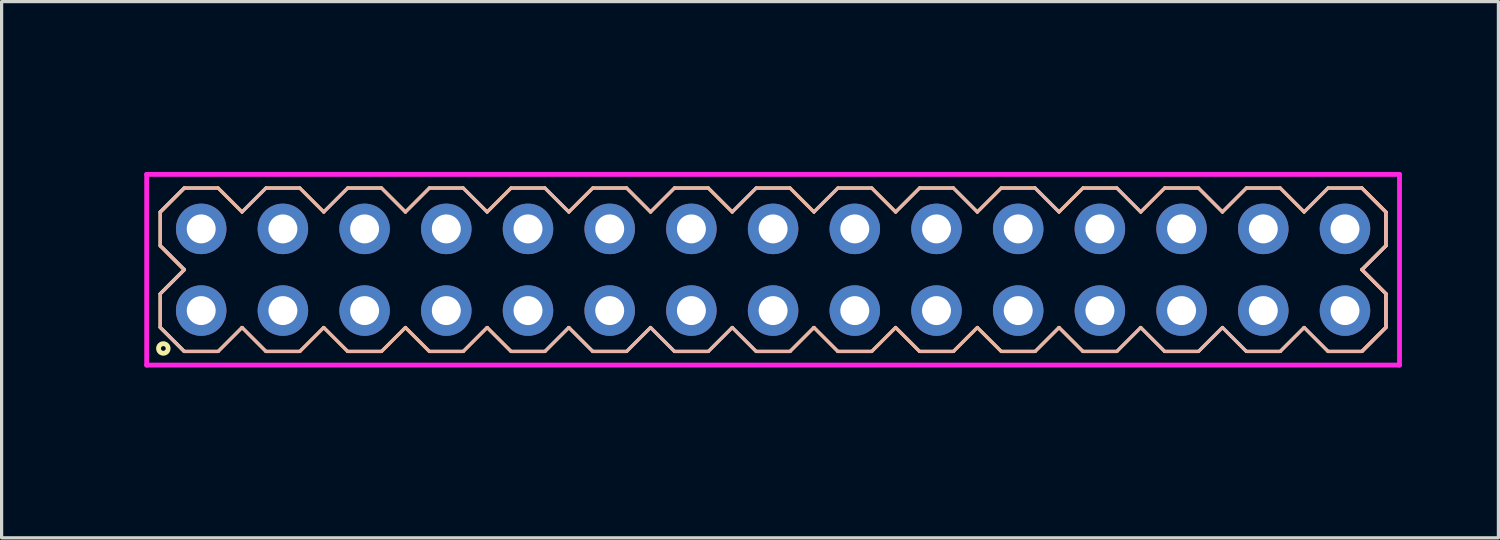
<source format=kicad_pcb>
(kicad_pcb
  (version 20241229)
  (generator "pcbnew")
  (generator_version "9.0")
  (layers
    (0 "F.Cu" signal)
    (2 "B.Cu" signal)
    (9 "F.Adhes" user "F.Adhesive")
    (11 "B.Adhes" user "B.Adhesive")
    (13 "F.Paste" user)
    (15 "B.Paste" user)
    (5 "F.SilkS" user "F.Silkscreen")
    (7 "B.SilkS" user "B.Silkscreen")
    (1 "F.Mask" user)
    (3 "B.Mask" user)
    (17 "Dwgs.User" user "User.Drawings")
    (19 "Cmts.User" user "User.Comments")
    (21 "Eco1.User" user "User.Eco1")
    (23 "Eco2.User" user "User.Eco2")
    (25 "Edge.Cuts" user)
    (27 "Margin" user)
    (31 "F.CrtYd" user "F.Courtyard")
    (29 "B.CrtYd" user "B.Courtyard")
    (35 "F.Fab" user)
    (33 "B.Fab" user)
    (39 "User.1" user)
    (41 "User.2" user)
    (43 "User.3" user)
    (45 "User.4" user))
  (footprint "HDR254P15x2"
    (layer "F.Cu")
    (at 20.985 5.336)
    (property "Reference" "HDR254P15x2" (at -20.225 0 90) (layer "User.1") (effects (font (size 1 1) (thickness 0.1))))
    (attr through_hole)
    (fp_line (start -19.05 -1.796) (end -18.306 -2.54) (stroke (width 0.1) (type solid)) (layer "F.SilkS"))
    (fp_line (start -19.05 -1.796) (end -18.306 -2.54) (stroke (width 0.1) (type solid)) (layer "F.SilkS"))
    (fp_line (start -19.05 -0.744) (end -19.05 -1.796) (stroke (width 0.1) (type solid)) (layer "F.SilkS"))
    (fp_line (start -19.05 -0.744) (end -19.05 -1.796) (stroke (width 0.1) (type solid)) (layer "F.SilkS"))
    (fp_line (start -19.05 0.744) (end -18.306 0) (stroke (width 0.1) (type solid)) (layer "F.SilkS"))
    (fp_line (start -19.05 0.744) (end -18.306 0) (stroke (width 0.1) (type solid)) (layer "F.SilkS"))
    (fp_line (start -19.05 1.796) (end -19.05 0.744) (stroke (width 0.1) (type solid)) (layer "F.SilkS"))
    (fp_line (start -19.05 1.796) (end -19.05 0.744) (stroke (width 0.1) (type solid)) (layer "F.SilkS"))
    (fp_line (start -18.306 -2.54) (end -17.254 -2.54) (stroke (width 0.1) (type solid)) (layer "F.SilkS"))
    (fp_line (start -18.306 0) (end -19.05 -0.744) (stroke (width 0.1) (type solid)) (layer "F.SilkS"))
    (fp_line (start -18.306 0) (end -19.05 -0.744) (stroke (width 0.1) (type solid)) (layer "F.SilkS"))
    (fp_line (start -18.306 2.54) (end -19.05 1.796) (stroke (width 0.1) (type solid)) (layer "F.SilkS"))
    (fp_line (start -18.306 2.54) (end -19.05 1.796) (stroke (width 0.1) (type solid)) (layer "F.SilkS"))
    (fp_line (start -17.254 -2.54) (end -16.51 -1.796) (stroke (width 0.1) (type solid)) (layer "F.SilkS"))
    (fp_line (start -17.254 2.54) (end -18.306 2.54) (stroke (width 0.1) (type solid)) (layer "F.SilkS"))
    (fp_line (start -16.51 -1.796) (end -15.766 -2.54) (stroke (width 0.1) (type solid)) (layer "F.SilkS"))
    (fp_line (start -16.51 1.796) (end -17.254 2.54) (stroke (width 0.1) (type solid)) (layer "F.SilkS"))
    (fp_line (start -15.766 -2.54) (end -14.714 -2.54) (stroke (width 0.1) (type solid)) (layer "F.SilkS"))
    (fp_line (start -15.766 2.54) (end -16.51 1.796) (stroke (width 0.1) (type solid)) (layer "F.SilkS"))
    (fp_line (start -14.714 -2.54) (end -13.97 -1.796) (stroke (width 0.1) (type solid)) (layer "F.SilkS"))
    (fp_line (start -14.714 2.54) (end -15.766 2.54) (stroke (width 0.1) (type solid)) (layer "F.SilkS"))
    (fp_line (start -13.97 -1.796) (end -13.226 -2.54) (stroke (width 0.1) (type solid)) (layer "F.SilkS"))
    (fp_line (start -13.97 1.796) (end -14.714 2.54) (stroke (width 0.1) (type solid)) (layer "F.SilkS"))
    (fp_line (start -13.226 -2.54) (end -12.174 -2.54) (stroke (width 0.1) (type solid)) (layer "F.SilkS"))
    (fp_line (start -13.226 2.54) (end -13.97 1.796) (stroke (width 0.1) (type solid)) (layer "F.SilkS"))
    (fp_line (start -12.174 -2.54) (end -11.43 -1.796) (stroke (width 0.1) (type solid)) (layer "F.SilkS"))
    (fp_line (start -12.174 2.54) (end -13.226 2.54) (stroke (width 0.1) (type solid)) (layer "F.SilkS"))
    (fp_line (start -11.43 -1.796) (end -10.686 -2.54) (stroke (width 0.1) (type solid)) (layer "F.SilkS"))
    (fp_line (start -11.43 1.796) (end -12.174 2.54) (stroke (width 0.1) (type solid)) (layer "F.SilkS"))
    (fp_line (start -10.686 -2.54) (end -9.634 -2.54) (stroke (width 0.1) (type solid)) (layer "F.SilkS"))
    (fp_line (start -10.686 2.54) (end -11.43 1.796) (stroke (width 0.1) (type solid)) (layer "F.SilkS"))
    (fp_line (start -9.634 -2.54) (end -8.89 -1.796) (stroke (width 0.1) (type solid)) (layer "F.SilkS"))
    (fp_line (start -9.634 2.54) (end -10.686 2.54) (stroke (width 0.1) (type solid)) (layer "F.SilkS"))
    (fp_line (start -8.89 -1.796) (end -8.146 -2.54) (stroke (width 0.1) (type solid)) (layer "F.SilkS"))
    (fp_line (start -8.89 1.796) (end -9.634 2.54) (stroke (width 0.1) (type solid)) (layer "F.SilkS"))
    (fp_line (start -8.146 -2.54) (end -7.094 -2.54) (stroke (width 0.1) (type solid)) (layer "F.SilkS"))
    (fp_line (start -8.146 2.54) (end -8.89 1.796) (stroke (width 0.1) (type solid)) (layer "F.SilkS"))
    (fp_line (start -7.094 -2.54) (end -6.35 -1.796) (stroke (width 0.1) (type solid)) (layer "F.SilkS"))
    (fp_line (start -7.094 2.54) (end -8.146 2.54) (stroke (width 0.1) (type solid)) (layer "F.SilkS"))
    (fp_line (start -6.35 -1.796) (end -5.606 -2.54) (stroke (width 0.1) (type solid)) (layer "F.SilkS"))
    (fp_line (start -6.35 1.796) (end -7.094 2.54) (stroke (width 0.1) (type solid)) (layer "F.SilkS"))
    (fp_line (start -5.606 -2.54) (end -4.554 -2.54) (stroke (width 0.1) (type solid)) (layer "F.SilkS"))
    (fp_line (start -5.606 2.54) (end -6.35 1.796) (stroke (width 0.1) (type solid)) (layer "F.SilkS"))
    (fp_line (start -4.554 -2.54) (end -3.81 -1.796) (stroke (width 0.1) (type solid)) (layer "F.SilkS"))
    (fp_line (start -4.554 2.54) (end -5.606 2.54) (stroke (width 0.1) (type solid)) (layer "F.SilkS"))
    (fp_line (start -3.81 -1.796) (end -3.066 -2.54) (stroke (width 0.1) (type solid)) (layer "F.SilkS"))
    (fp_line (start -3.81 1.796) (end -4.554 2.54) (stroke (width 0.1) (type solid)) (layer "F.SilkS"))
    (fp_line (start -3.066 -2.54) (end -2.014 -2.54) (stroke (width 0.1) (type solid)) (layer "F.SilkS"))
    (fp_line (start -3.066 2.54) (end -3.81 1.796) (stroke (width 0.1) (type solid)) (layer "F.SilkS"))
    (fp_line (start -2.014 -2.54) (end -1.27 -1.796) (stroke (width 0.1) (type solid)) (layer "F.SilkS"))
    (fp_line (start -2.014 2.54) (end -3.066 2.54) (stroke (width 0.1) (type solid)) (layer "F.SilkS"))
    (fp_line (start -1.27 -1.796) (end -0.526 -2.54) (stroke (width 0.1) (type solid)) (layer "F.SilkS"))
    (fp_line (start -1.27 1.796) (end -2.014 2.54) (stroke (width 0.1) (type solid)) (layer "F.SilkS"))
    (fp_line (start -0.526 -2.54) (end 0.526 -2.54) (stroke (width 0.1) (type solid)) (layer "F.SilkS"))
    (fp_line (start -0.526 2.54) (end -1.27 1.796) (stroke (width 0.1) (type solid)) (layer "F.SilkS"))
    (fp_line (start 0.526 -2.54) (end 1.27 -1.796) (stroke (width 0.1) (type solid)) (layer "F.SilkS"))
    (fp_line (start 0.526 2.54) (end -0.526 2.54) (stroke (width 0.1) (type solid)) (layer "F.SilkS"))
    (fp_line (start 1.27 -1.796) (end 2.014 -2.54) (stroke (width 0.1) (type solid)) (layer "F.SilkS"))
    (fp_line (start 1.27 1.796) (end 0.526 2.54) (stroke (width 0.1) (type solid)) (layer "F.SilkS"))
    (fp_line (start 2.014 -2.54) (end 3.066 -2.54) (stroke (width 0.1) (type solid)) (layer "F.SilkS"))
    (fp_line (start 2.014 2.54) (end 1.27 1.796) (stroke (width 0.1) (type solid)) (layer "F.SilkS"))
    (fp_line (start 3.066 -2.54) (end 3.81 -1.796) (stroke (width 0.1) (type solid)) (layer "F.SilkS"))
    (fp_line (start 3.066 2.54) (end 2.014 2.54) (stroke (width 0.1) (type solid)) (layer "F.SilkS"))
    (fp_line (start 3.81 -1.796) (end 4.554 -2.54) (stroke (width 0.1) (type solid)) (layer "F.SilkS"))
    (fp_line (start 3.81 1.796) (end 3.066 2.54) (stroke (width 0.1) (type solid)) (layer "F.SilkS"))
    (fp_line (start 4.554 -2.54) (end 5.606 -2.54) (stroke (width 0.1) (type solid)) (layer "F.SilkS"))
    (fp_line (start 4.554 2.54) (end 3.81 1.796) (stroke (width 0.1) (type solid)) (layer "F.SilkS"))
    (fp_line (start 5.606 -2.54) (end 6.35 -1.796) (stroke (width 0.1) (type solid)) (layer "F.SilkS"))
    (fp_line (start 5.606 2.54) (end 4.554 2.54) (stroke (width 0.1) (type solid)) (layer "F.SilkS"))
    (fp_line (start 6.35 -1.796) (end 7.094 -2.54) (stroke (width 0.1) (type solid)) (layer "F.SilkS"))
    (fp_line (start 6.35 1.796) (end 5.606 2.54) (stroke (width 0.1) (type solid)) (layer "F.SilkS"))
    (fp_line (start 7.094 -2.54) (end 8.146 -2.54) (stroke (width 0.1) (type solid)) (layer "F.SilkS"))
    (fp_line (start 7.094 2.54) (end 6.35 1.796) (stroke (width 0.1) (type solid)) (layer "F.SilkS"))
    (fp_line (start 8.146 -2.54) (end 8.89 -1.796) (stroke (width 0.1) (type solid)) (layer "F.SilkS"))
    (fp_line (start 8.146 2.54) (end 7.094 2.54) (stroke (width 0.1) (type solid)) (layer "F.SilkS"))
    (fp_line (start 8.89 -1.796) (end 9.634 -2.54) (stroke (width 0.1) (type solid)) (layer "F.SilkS"))
    (fp_line (start 8.89 1.796) (end 8.146 2.54) (stroke (width 0.1) (type solid)) (layer "F.SilkS"))
    (fp_line (start 9.634 -2.54) (end 10.686 -2.54) (stroke (width 0.1) (type solid)) (layer "F.SilkS"))
    (fp_line (start 9.634 2.54) (end 8.89 1.796) (stroke (width 0.1) (type solid)) (layer "F.SilkS"))
    (fp_line (start 10.686 -2.54) (end 11.43 -1.796) (stroke (width 0.1) (type solid)) (layer "F.SilkS"))
    (fp_line (start 10.686 2.54) (end 9.634 2.54) (stroke (width 0.1) (type solid)) (layer "F.SilkS"))
    (fp_line (start 11.43 -1.796) (end 12.174 -2.54) (stroke (width 0.1) (type solid)) (layer "F.SilkS"))
    (fp_line (start 11.43 1.796) (end 10.686 2.54) (stroke (width 0.1) (type solid)) (layer "F.SilkS"))
    (fp_line (start 12.174 -2.54) (end 13.226 -2.54) (stroke (width 0.1) (type solid)) (layer "F.SilkS"))
    (fp_line (start 12.174 2.54) (end 11.43 1.796) (stroke (width 0.1) (type solid)) (layer "F.SilkS"))
    (fp_line (start 13.226 -2.54) (end 13.97 -1.796) (stroke (width 0.1) (type solid)) (layer "F.SilkS"))
    (fp_line (start 13.226 2.54) (end 12.174 2.54) (stroke (width 0.1) (type solid)) (layer "F.SilkS"))
    (fp_line (start 13.97 -1.796) (end 14.714 -2.54) (stroke (width 0.1) (type solid)) (layer "F.SilkS"))
    (fp_line (start 13.97 1.796) (end 13.226 2.54) (stroke (width 0.1) (type solid)) (layer "F.SilkS"))
    (fp_line (start 14.714 -2.54) (end 15.766 -2.54) (stroke (width 0.1) (type solid)) (layer "F.SilkS"))
    (fp_line (start 14.714 2.54) (end 13.97 1.796) (stroke (width 0.1) (type solid)) (layer "F.SilkS"))
    (fp_line (start 15.766 -2.54) (end 16.51 -1.796) (stroke (width 0.1) (type solid)) (layer "F.SilkS"))
    (fp_line (start 15.766 2.54) (end 14.714 2.54) (stroke (width 0.1) (type solid)) (layer "F.SilkS"))
    (fp_line (start 16.51 -1.796) (end 17.254 -2.54) (stroke (width 0.1) (type solid)) (layer "F.SilkS"))
    (fp_line (start 16.51 1.796) (end 15.766 2.54) (stroke (width 0.1) (type solid)) (layer "F.SilkS"))
    (fp_line (start 17.254 -2.54) (end 18.306 -2.54) (stroke (width 0.1) (type solid)) (layer "F.SilkS"))
    (fp_line (start 17.254 2.54) (end 16.51 1.796) (stroke (width 0.1) (type solid)) (layer "F.SilkS"))
    (fp_line (start 18.306 -2.54) (end 19.05 -1.796) (stroke (width 0.1) (type solid)) (layer "F.SilkS"))
    (fp_line (start 18.306 -2.54) (end 19.05 -1.796) (stroke (width 0.1) (type solid)) (layer "F.SilkS"))
    (fp_line (start 18.306 0) (end 19.05 0.744) (stroke (width 0.1) (type solid)) (layer "F.SilkS"))
    (fp_line (start 18.306 0) (end 19.05 0.744) (stroke (width 0.1) (type solid)) (layer "F.SilkS"))
    (fp_line (start 18.306 2.54) (end 17.254 2.54) (stroke (width 0.1) (type solid)) (layer "F.SilkS"))
    (fp_line (start 19.05 -1.796) (end 19.05 -0.744) (stroke (width 0.1) (type solid)) (layer "F.SilkS"))
    (fp_line (start 19.05 -1.796) (end 19.05 -0.744) (stroke (width 0.1) (type solid)) (layer "F.SilkS"))
    (fp_line (start 19.05 -0.744) (end 18.306 0) (stroke (width 0.1) (type solid)) (layer "F.SilkS"))
    (fp_line (start 19.05 -0.744) (end 18.306 0) (stroke (width 0.1) (type solid)) (layer "F.SilkS"))
    (fp_line (start 19.05 0.744) (end 19.05 1.796) (stroke (width 0.1) (type solid)) (layer "F.SilkS"))
    (fp_line (start 19.05 0.744) (end 19.05 1.796) (stroke (width 0.1) (type solid)) (layer "F.SilkS"))
    (fp_line (start 19.05 1.796) (end 18.306 2.54) (stroke (width 0.1) (type solid)) (layer "F.SilkS"))
    (fp_line (start 19.05 1.796) (end 18.306 2.54) (stroke (width 0.1) (type solid)) (layer "F.SilkS"))
    (fp_circle (center -18.957 2.448) (end -18.808 2.448) (stroke (width 0.15) (type solid)) (fill no) (layer "F.SilkS"))
    (fp_line (start -19.05 -1.796) (end -18.306 -2.54) (stroke (width 0.1) (type solid)) (layer "B.SilkS"))
    (fp_line (start -19.05 -1.796) (end -18.306 -2.54) (stroke (width 0.1) (type solid)) (layer "B.SilkS"))
    (fp_line (start -19.05 -0.744) (end -19.05 -1.796) (stroke (width 0.1) (type solid)) (layer "B.SilkS"))
    (fp_line (start -19.05 -0.744) (end -19.05 -1.796) (stroke (width 0.1) (type solid)) (layer "B.SilkS"))
    (fp_line (start -19.05 0.744) (end -18.306 0) (stroke (width 0.1) (type solid)) (layer "B.SilkS"))
    (fp_line (start -19.05 0.744) (end -18.306 0) (stroke (width 0.1) (type solid)) (layer "B.SilkS"))
    (fp_line (start -19.05 1.796) (end -19.05 0.744) (stroke (width 0.1) (type solid)) (layer "B.SilkS"))
    (fp_line (start -19.05 1.796) (end -19.05 0.744) (stroke (width 0.1) (type solid)) (layer "B.SilkS"))
    (fp_line (start -18.306 -2.54) (end -17.254 -2.54) (stroke (width 0.1) (type solid)) (layer "B.SilkS"))
    (fp_line (start -18.306 0) (end -19.05 -0.744) (stroke (width 0.1) (type solid)) (layer "B.SilkS"))
    (fp_line (start -18.306 0) (end -19.05 -0.744) (stroke (width 0.1) (type solid)) (layer "B.SilkS"))
    (fp_line (start -18.306 2.54) (end -19.05 1.796) (stroke (width 0.1) (type solid)) (layer "B.SilkS"))
    (fp_line (start -18.306 2.54) (end -19.05 1.796) (stroke (width 0.1) (type solid)) (layer "B.SilkS"))
    (fp_line (start -17.254 -2.54) (end -16.51 -1.796) (stroke (width 0.1) (type solid)) (layer "B.SilkS"))
    (fp_line (start -17.254 2.54) (end -18.306 2.54) (stroke (width 0.1) (type solid)) (layer "B.SilkS"))
    (fp_line (start -16.51 -1.796) (end -15.766 -2.54) (stroke (width 0.1) (type solid)) (layer "B.SilkS"))
    (fp_line (start -16.51 1.796) (end -17.254 2.54) (stroke (width 0.1) (type solid)) (layer "B.SilkS"))
    (fp_line (start -15.766 -2.54) (end -14.714 -2.54) (stroke (width 0.1) (type solid)) (layer "B.SilkS"))
    (fp_line (start -15.766 2.54) (end -16.51 1.796) (stroke (width 0.1) (type solid)) (layer "B.SilkS"))
    (fp_line (start -14.714 -2.54) (end -13.97 -1.796) (stroke (width 0.1) (type solid)) (layer "B.SilkS"))
    (fp_line (start -14.714 2.54) (end -15.766 2.54) (stroke (width 0.1) (type solid)) (layer "B.SilkS"))
    (fp_line (start -13.97 -1.796) (end -13.226 -2.54) (stroke (width 0.1) (type solid)) (layer "B.SilkS"))
    (fp_line (start -13.97 1.796) (end -14.714 2.54) (stroke (width 0.1) (type solid)) (layer "B.SilkS"))
    (fp_line (start -13.226 -2.54) (end -12.174 -2.54) (stroke (width 0.1) (type solid)) (layer "B.SilkS"))
    (fp_line (start -13.226 2.54) (end -13.97 1.796) (stroke (width 0.1) (type solid)) (layer "B.SilkS"))
    (fp_line (start -12.174 -2.54) (end -11.43 -1.796) (stroke (width 0.1) (type solid)) (layer "B.SilkS"))
    (fp_line (start -12.174 2.54) (end -13.226 2.54) (stroke (width 0.1) (type solid)) (layer "B.SilkS"))
    (fp_line (start -11.43 -1.796) (end -10.686 -2.54) (stroke (width 0.1) (type solid)) (layer "B.SilkS"))
    (fp_line (start -11.43 1.796) (end -12.174 2.54) (stroke (width 0.1) (type solid)) (layer "B.SilkS"))
    (fp_line (start -10.686 -2.54) (end -9.634 -2.54) (stroke (width 0.1) (type solid)) (layer "B.SilkS"))
    (fp_line (start -10.686 2.54) (end -11.43 1.796) (stroke (width 0.1) (type solid)) (layer "B.SilkS"))
    (fp_line (start -9.634 -2.54) (end -8.89 -1.796) (stroke (width 0.1) (type solid)) (layer "B.SilkS"))
    (fp_line (start -9.634 2.54) (end -10.686 2.54) (stroke (width 0.1) (type solid)) (layer "B.SilkS"))
    (fp_line (start -8.89 -1.796) (end -8.146 -2.54) (stroke (width 0.1) (type solid)) (layer "B.SilkS"))
    (fp_line (start -8.89 1.796) (end -9.634 2.54) (stroke (width 0.1) (type solid)) (layer "B.SilkS"))
    (fp_line (start -8.146 -2.54) (end -7.094 -2.54) (stroke (width 0.1) (type solid)) (layer "B.SilkS"))
    (fp_line (start -8.146 2.54) (end -8.89 1.796) (stroke (width 0.1) (type solid)) (layer "B.SilkS"))
    (fp_line (start -7.094 -2.54) (end -6.35 -1.796) (stroke (width 0.1) (type solid)) (layer "B.SilkS"))
    (fp_line (start -7.094 2.54) (end -8.146 2.54) (stroke (width 0.1) (type solid)) (layer "B.SilkS"))
    (fp_line (start -6.35 -1.796) (end -5.606 -2.54) (stroke (width 0.1) (type solid)) (layer "B.SilkS"))
    (fp_line (start -6.35 1.796) (end -7.094 2.54) (stroke (width 0.1) (type solid)) (layer "B.SilkS"))
    (fp_line (start -5.606 -2.54) (end -4.554 -2.54) (stroke (width 0.1) (type solid)) (layer "B.SilkS"))
    (fp_line (start -5.606 2.54) (end -6.35 1.796) (stroke (width 0.1) (type solid)) (layer "B.SilkS"))
    (fp_line (start -4.554 -2.54) (end -3.81 -1.796) (stroke (width 0.1) (type solid)) (layer "B.SilkS"))
    (fp_line (start -4.554 2.54) (end -5.606 2.54) (stroke (width 0.1) (type solid)) (layer "B.SilkS"))
    (fp_line (start -3.81 -1.796) (end -3.066 -2.54) (stroke (width 0.1) (type solid)) (layer "B.SilkS"))
    (fp_line (start -3.81 1.796) (end -4.554 2.54) (stroke (width 0.1) (type solid)) (layer "B.SilkS"))
    (fp_line (start -3.066 -2.54) (end -2.014 -2.54) (stroke (width 0.1) (type solid)) (layer "B.SilkS"))
    (fp_line (start -3.066 2.54) (end -3.81 1.796) (stroke (width 0.1) (type solid)) (layer "B.SilkS"))
    (fp_line (start -2.014 -2.54) (end -1.27 -1.796) (stroke (width 0.1) (type solid)) (layer "B.SilkS"))
    (fp_line (start -2.014 2.54) (end -3.066 2.54) (stroke (width 0.1) (type solid)) (layer "B.SilkS"))
    (fp_line (start -1.27 -1.796) (end -0.526 -2.54) (stroke (width 0.1) (type solid)) (layer "B.SilkS"))
    (fp_line (start -1.27 1.796) (end -2.014 2.54) (stroke (width 0.1) (type solid)) (layer "B.SilkS"))
    (fp_line (start -0.526 -2.54) (end 0.526 -2.54) (stroke (width 0.1) (type solid)) (layer "B.SilkS"))
    (fp_line (start -0.526 2.54) (end -1.27 1.796) (stroke (width 0.1) (type solid)) (layer "B.SilkS"))
    (fp_line (start 0.526 -2.54) (end 1.27 -1.796) (stroke (width 0.1) (type solid)) (layer "B.SilkS"))
    (fp_line (start 0.526 2.54) (end -0.526 2.54) (stroke (width 0.1) (type solid)) (layer "B.SilkS"))
    (fp_line (start 1.27 -1.796) (end 2.014 -2.54) (stroke (width 0.1) (type solid)) (layer "B.SilkS"))
    (fp_line (start 1.27 1.796) (end 0.526 2.54) (stroke (width 0.1) (type solid)) (layer "B.SilkS"))
    (fp_line (start 2.014 -2.54) (end 3.066 -2.54) (stroke (width 0.1) (type solid)) (layer "B.SilkS"))
    (fp_line (start 2.014 2.54) (end 1.27 1.796) (stroke (width 0.1) (type solid)) (layer "B.SilkS"))
    (fp_line (start 3.066 -2.54) (end 3.81 -1.796) (stroke (width 0.1) (type solid)) (layer "B.SilkS"))
    (fp_line (start 3.066 2.54) (end 2.014 2.54) (stroke (width 0.1) (type solid)) (layer "B.SilkS"))
    (fp_line (start 3.81 -1.796) (end 4.554 -2.54) (stroke (width 0.1) (type solid)) (layer "B.SilkS"))
    (fp_line (start 3.81 1.796) (end 3.066 2.54) (stroke (width 0.1) (type solid)) (layer "B.SilkS"))
    (fp_line (start 4.554 -2.54) (end 5.606 -2.54) (stroke (width 0.1) (type solid)) (layer "B.SilkS"))
    (fp_line (start 4.554 2.54) (end 3.81 1.796) (stroke (width 0.1) (type solid)) (layer "B.SilkS"))
    (fp_line (start 5.606 -2.54) (end 6.35 -1.796) (stroke (width 0.1) (type solid)) (layer "B.SilkS"))
    (fp_line (start 5.606 2.54) (end 4.554 2.54) (stroke (width 0.1) (type solid)) (layer "B.SilkS"))
    (fp_line (start 6.35 -1.796) (end 7.094 -2.54) (stroke (width 0.1) (type solid)) (layer "B.SilkS"))
    (fp_line (start 6.35 1.796) (end 5.606 2.54) (stroke (width 0.1) (type solid)) (layer "B.SilkS"))
    (fp_line (start 7.094 -2.54) (end 8.146 -2.54) (stroke (width 0.1) (type solid)) (layer "B.SilkS"))
    (fp_line (start 7.094 2.54) (end 6.35 1.796) (stroke (width 0.1) (type solid)) (layer "B.SilkS"))
    (fp_line (start 8.146 -2.54) (end 8.89 -1.796) (stroke (width 0.1) (type solid)) (layer "B.SilkS"))
    (fp_line (start 8.146 2.54) (end 7.094 2.54) (stroke (width 0.1) (type solid)) (layer "B.SilkS"))
    (fp_line (start 8.89 -1.796) (end 9.634 -2.54) (stroke (width 0.1) (type solid)) (layer "B.SilkS"))
    (fp_line (start 8.89 1.796) (end 8.146 2.54) (stroke (width 0.1) (type solid)) (layer "B.SilkS"))
    (fp_line (start 9.634 -2.54) (end 10.686 -2.54) (stroke (width 0.1) (type solid)) (layer "B.SilkS"))
    (fp_line (start 9.634 2.54) (end 8.89 1.796) (stroke (width 0.1) (type solid)) (layer "B.SilkS"))
    (fp_line (start 10.686 -2.54) (end 11.43 -1.796) (stroke (width 0.1) (type solid)) (layer "B.SilkS"))
    (fp_line (start 10.686 2.54) (end 9.634 2.54) (stroke (width 0.1) (type solid)) (layer "B.SilkS"))
    (fp_line (start 11.43 -1.796) (end 12.174 -2.54) (stroke (width 0.1) (type solid)) (layer "B.SilkS"))
    (fp_line (start 11.43 1.796) (end 10.686 2.54) (stroke (width 0.1) (type solid)) (layer "B.SilkS"))
    (fp_line (start 12.174 -2.54) (end 13.226 -2.54) (stroke (width 0.1) (type solid)) (layer "B.SilkS"))
    (fp_line (start 12.174 2.54) (end 11.43 1.796) (stroke (width 0.1) (type solid)) (layer "B.SilkS"))
    (fp_line (start 13.226 -2.54) (end 13.97 -1.796) (stroke (width 0.1) (type solid)) (layer "B.SilkS"))
    (fp_line (start 13.226 2.54) (end 12.174 2.54) (stroke (width 0.1) (type solid)) (layer "B.SilkS"))
    (fp_line (start 13.97 -1.796) (end 14.714 -2.54) (stroke (width 0.1) (type solid)) (layer "B.SilkS"))
    (fp_line (start 13.97 1.796) (end 13.226 2.54) (stroke (width 0.1) (type solid)) (layer "B.SilkS"))
    (fp_line (start 14.714 -2.54) (end 15.766 -2.54) (stroke (width 0.1) (type solid)) (layer "B.SilkS"))
    (fp_line (start 14.714 2.54) (end 13.97 1.796) (stroke (width 0.1) (type solid)) (layer "B.SilkS"))
    (fp_line (start 15.766 -2.54) (end 16.51 -1.796) (stroke (width 0.1) (type solid)) (layer "B.SilkS"))
    (fp_line (start 15.766 2.54) (end 14.714 2.54) (stroke (width 0.1) (type solid)) (layer "B.SilkS"))
    (fp_line (start 16.51 -1.796) (end 17.254 -2.54) (stroke (width 0.1) (type solid)) (layer "B.SilkS"))
    (fp_line (start 16.51 1.796) (end 15.766 2.54) (stroke (width 0.1) (type solid)) (layer "B.SilkS"))
    (fp_line (start 17.254 -2.54) (end 18.306 -2.54) (stroke (width 0.1) (type solid)) (layer "B.SilkS"))
    (fp_line (start 17.254 2.54) (end 16.51 1.796) (stroke (width 0.1) (type solid)) (layer "B.SilkS"))
    (fp_line (start 18.306 -2.54) (end 19.05 -1.796) (stroke (width 0.1) (type solid)) (layer "B.SilkS"))
    (fp_line (start 18.306 -2.54) (end 19.05 -1.796) (stroke (width 0.1) (type solid)) (layer "B.SilkS"))
    (fp_line (start 18.306 0) (end 19.05 0.744) (stroke (width 0.1) (type solid)) (layer "B.SilkS"))
    (fp_line (start 18.306 0) (end 19.05 0.744) (stroke (width 0.1) (type solid)) (layer "B.SilkS"))
    (fp_line (start 18.306 2.54) (end 17.254 2.54) (stroke (width 0.1) (type solid)) (layer "B.SilkS"))
    (fp_line (start 19.05 -1.796) (end 19.05 -0.744) (stroke (width 0.1) (type solid)) (layer "B.SilkS"))
    (fp_line (start 19.05 -1.796) (end 19.05 -0.744) (stroke (width 0.1) (type solid)) (layer "B.SilkS"))
    (fp_line (start 19.05 -0.744) (end 18.306 0) (stroke (width 0.1) (type solid)) (layer "B.SilkS"))
    (fp_line (start 19.05 -0.744) (end 18.306 0) (stroke (width 0.1) (type solid)) (layer "B.SilkS"))
    (fp_line (start 19.05 0.744) (end 19.05 1.796) (stroke (width 0.1) (type solid)) (layer "B.SilkS"))
    (fp_line (start 19.05 0.744) (end 19.05 1.796) (stroke (width 0.1) (type solid)) (layer "B.SilkS"))
    (fp_line (start 19.05 1.796) (end 18.306 2.54) (stroke (width 0.1) (type solid)) (layer "B.SilkS"))
    (fp_line (start 19.05 1.796) (end 18.306 2.54) (stroke (width 0.1) (type solid)) (layer "B.SilkS"))
    (fp_line (start -19.475 -2.965) (end -19.475 2.965) (stroke (width 0.15) (type solid)) (layer "F.CrtYd"))
    (fp_line (start -19.475 2.965) (end 19.475 2.965) (stroke (width 0.15) (type solid)) (layer "F.CrtYd"))
    (fp_line (start 19.475 -2.965) (end -19.475 -2.965) (stroke (width 0.15) (type solid)) (layer "F.CrtYd"))
    (fp_line (start 19.475 2.965) (end 19.475 -2.965) (stroke (width 0.15) (type solid)) (layer "F.CrtYd"))
    (pad "1" thru_hole oval (at -17.78 1.27) (size 1.57 1.57) (drill 0.9) (layers "*.Cu" "*.Mask"))
    (pad "2" thru_hole oval (at -17.78 -1.27) (size 1.57 1.57) (drill 0.9) (layers "*.Cu" "*.Mask"))
    (pad "3" thru_hole oval (at -15.24 1.27) (size 1.57 1.57) (drill 0.9) (layers "*.Cu" "*.Mask"))
    (pad "4" thru_hole oval (at -15.24 -1.27) (size 1.57 1.57) (drill 0.9) (layers "*.Cu" "*.Mask"))
    (pad "5" thru_hole oval (at -12.7 1.27) (size 1.57 1.57) (drill 0.9) (layers "*.Cu" "*.Mask"))
    (pad "6" thru_hole oval (at -12.7 -1.27) (size 1.57 1.57) (drill 0.9) (layers "*.Cu" "*.Mask"))
    (pad "7" thru_hole oval (at -10.16 1.27) (size 1.57 1.57) (drill 0.9) (layers "*.Cu" "*.Mask"))
    (pad "8" thru_hole oval (at -10.16 -1.27) (size 1.57 1.57) (drill 0.9) (layers "*.Cu" "*.Mask"))
    (pad "9" thru_hole oval (at -7.62 1.27) (size 1.57 1.57) (drill 0.9) (layers "*.Cu" "*.Mask"))
    (pad "10" thru_hole oval (at -7.62 -1.27) (size 1.57 1.57) (drill 0.9) (layers "*.Cu" "*.Mask"))
    (pad "11" thru_hole oval (at -5.08 1.27) (size 1.57 1.57) (drill 0.9) (layers "*.Cu" "*.Mask"))
    (pad "12" thru_hole oval (at -5.08 -1.27) (size 1.57 1.57) (drill 0.9) (layers "*.Cu" "*.Mask"))
    (pad "13" thru_hole oval (at -2.54 1.27) (size 1.57 1.57) (drill 0.9) (layers "*.Cu" "*.Mask"))
    (pad "14" thru_hole oval (at -2.54 -1.27) (size 1.57 1.57) (drill 0.9) (layers "*.Cu" "*.Mask"))
    (pad "15" thru_hole oval (at 0 1.27) (size 1.57 1.57) (drill 0.9) (layers "*.Cu" "*.Mask"))
    (pad "16" thru_hole oval (at 0 -1.27) (size 1.57 1.57) (drill 0.9) (layers "*.Cu" "*.Mask"))
    (pad "17" thru_hole oval (at 2.54 1.27) (size 1.57 1.57) (drill 0.9) (layers "*.Cu" "*.Mask"))
    (pad "18" thru_hole oval (at 2.54 -1.27) (size 1.57 1.57) (drill 0.9) (layers "*.Cu" "*.Mask"))
    (pad "19" thru_hole oval (at 5.08 1.27) (size 1.57 1.57) (drill 0.9) (layers "*.Cu" "*.Mask"))
    (pad "20" thru_hole oval (at 5.08 -1.27) (size 1.57 1.57) (drill 0.9) (layers "*.Cu" "*.Mask"))
    (pad "21" thru_hole oval (at 7.62 1.27) (size 1.57 1.57) (drill 0.9) (layers "*.Cu" "*.Mask"))
    (pad "22" thru_hole oval (at 7.62 -1.27) (size 1.57 1.57) (drill 0.9) (layers "*.Cu" "*.Mask"))
    (pad "23" thru_hole oval (at 10.16 1.27) (size 1.57 1.57) (drill 0.9) (layers "*.Cu" "*.Mask"))
    (pad "24" thru_hole oval (at 10.16 -1.27) (size 1.57 1.57) (drill 0.9) (layers "*.Cu" "*.Mask"))
    (pad "25" thru_hole oval (at 12.7 1.27) (size 1.57 1.57) (drill 0.9) (layers "*.Cu" "*.Mask"))
    (pad "26" thru_hole oval (at 12.7 -1.27) (size 1.57 1.57) (drill 0.9) (layers "*.Cu" "*.Mask"))
    (pad "27" thru_hole oval (at 15.24 1.27) (size 1.57 1.57) (drill 0.9) (layers "*.Cu" "*.Mask"))
    (pad "28" thru_hole oval (at 15.24 -1.27) (size 1.57 1.57) (drill 0.9) (layers "*.Cu" "*.Mask"))
    (pad "29" thru_hole oval (at 17.78 1.27) (size 1.57 1.57) (drill 0.9) (layers "*.Cu" "*.Mask"))
    (pad "30" thru_hole oval (at 17.78 -1.27) (size 1.57 1.57) (drill 0.9) (layers "*.Cu" "*.Mask")))
  (gr_rect
    (start -3 -3)
    (end 43.535 13.671)
    (stroke (width 0.1) (type default))
    (fill no)
    (layer "Edge.Cuts")))
</source>
